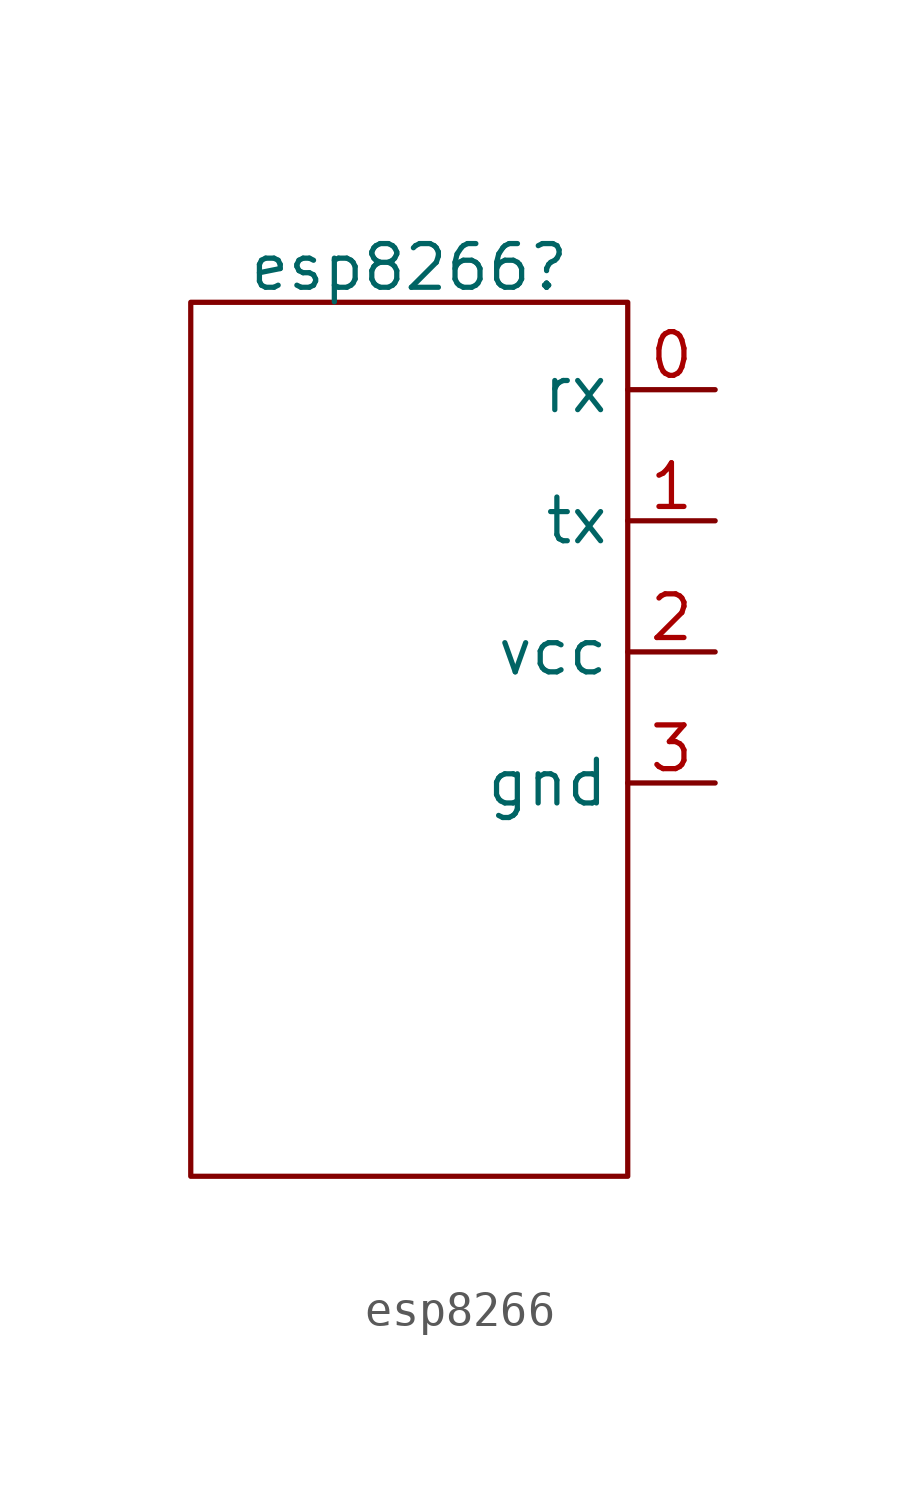
<source format=kicad_sym>
(kicad_symbol_lib
  (version 20231120)
  (generator "kicad_symbol_editor")
  (generator_version "8.0")
  (symbol "esp8266"
    (property "Reference" "esp8266"
      (at -3.81 26.416 0)
      (effects (font (size 1.27 1.27))))
    (property "Value" ""
      (at 0 0 0)
      (effects (font (size 1.27 1.27))))
    (symbol "esp8266_0_1"
      (rectangle (start -10.16 25.4) (end 2.54 0) (stroke (width 0) (type default)) (fill (type none))))
    (symbol "esp8266_1_1"
      (pin input line (at 5.08 22.86 180) (length 2.54) (name "rx" (effects (font (size 1.27 1.27)))) (number "0" (effects (font (size 1.27 1.27)))))
      (pin output line (at 5.08 19.05 180) (length 2.54) (name "tx" (effects (font (size 1.27 1.27)))) (number "1" (effects (font (size 1.27 1.27)))))
      (pin power_in line (at 5.08 15.24 180) (length 2.54) (name "vcc" (effects (font (size 1.27 1.27)))) (number "2" (effects (font (size 1.27 1.27)))))
      (pin power_in line (at 5.08 11.43 180) (length 2.54) (name "gnd" (effects (font (size 1.27 1.27)))) (number "3" (effects (font (size 1.27 1.27))))))))
</source>
